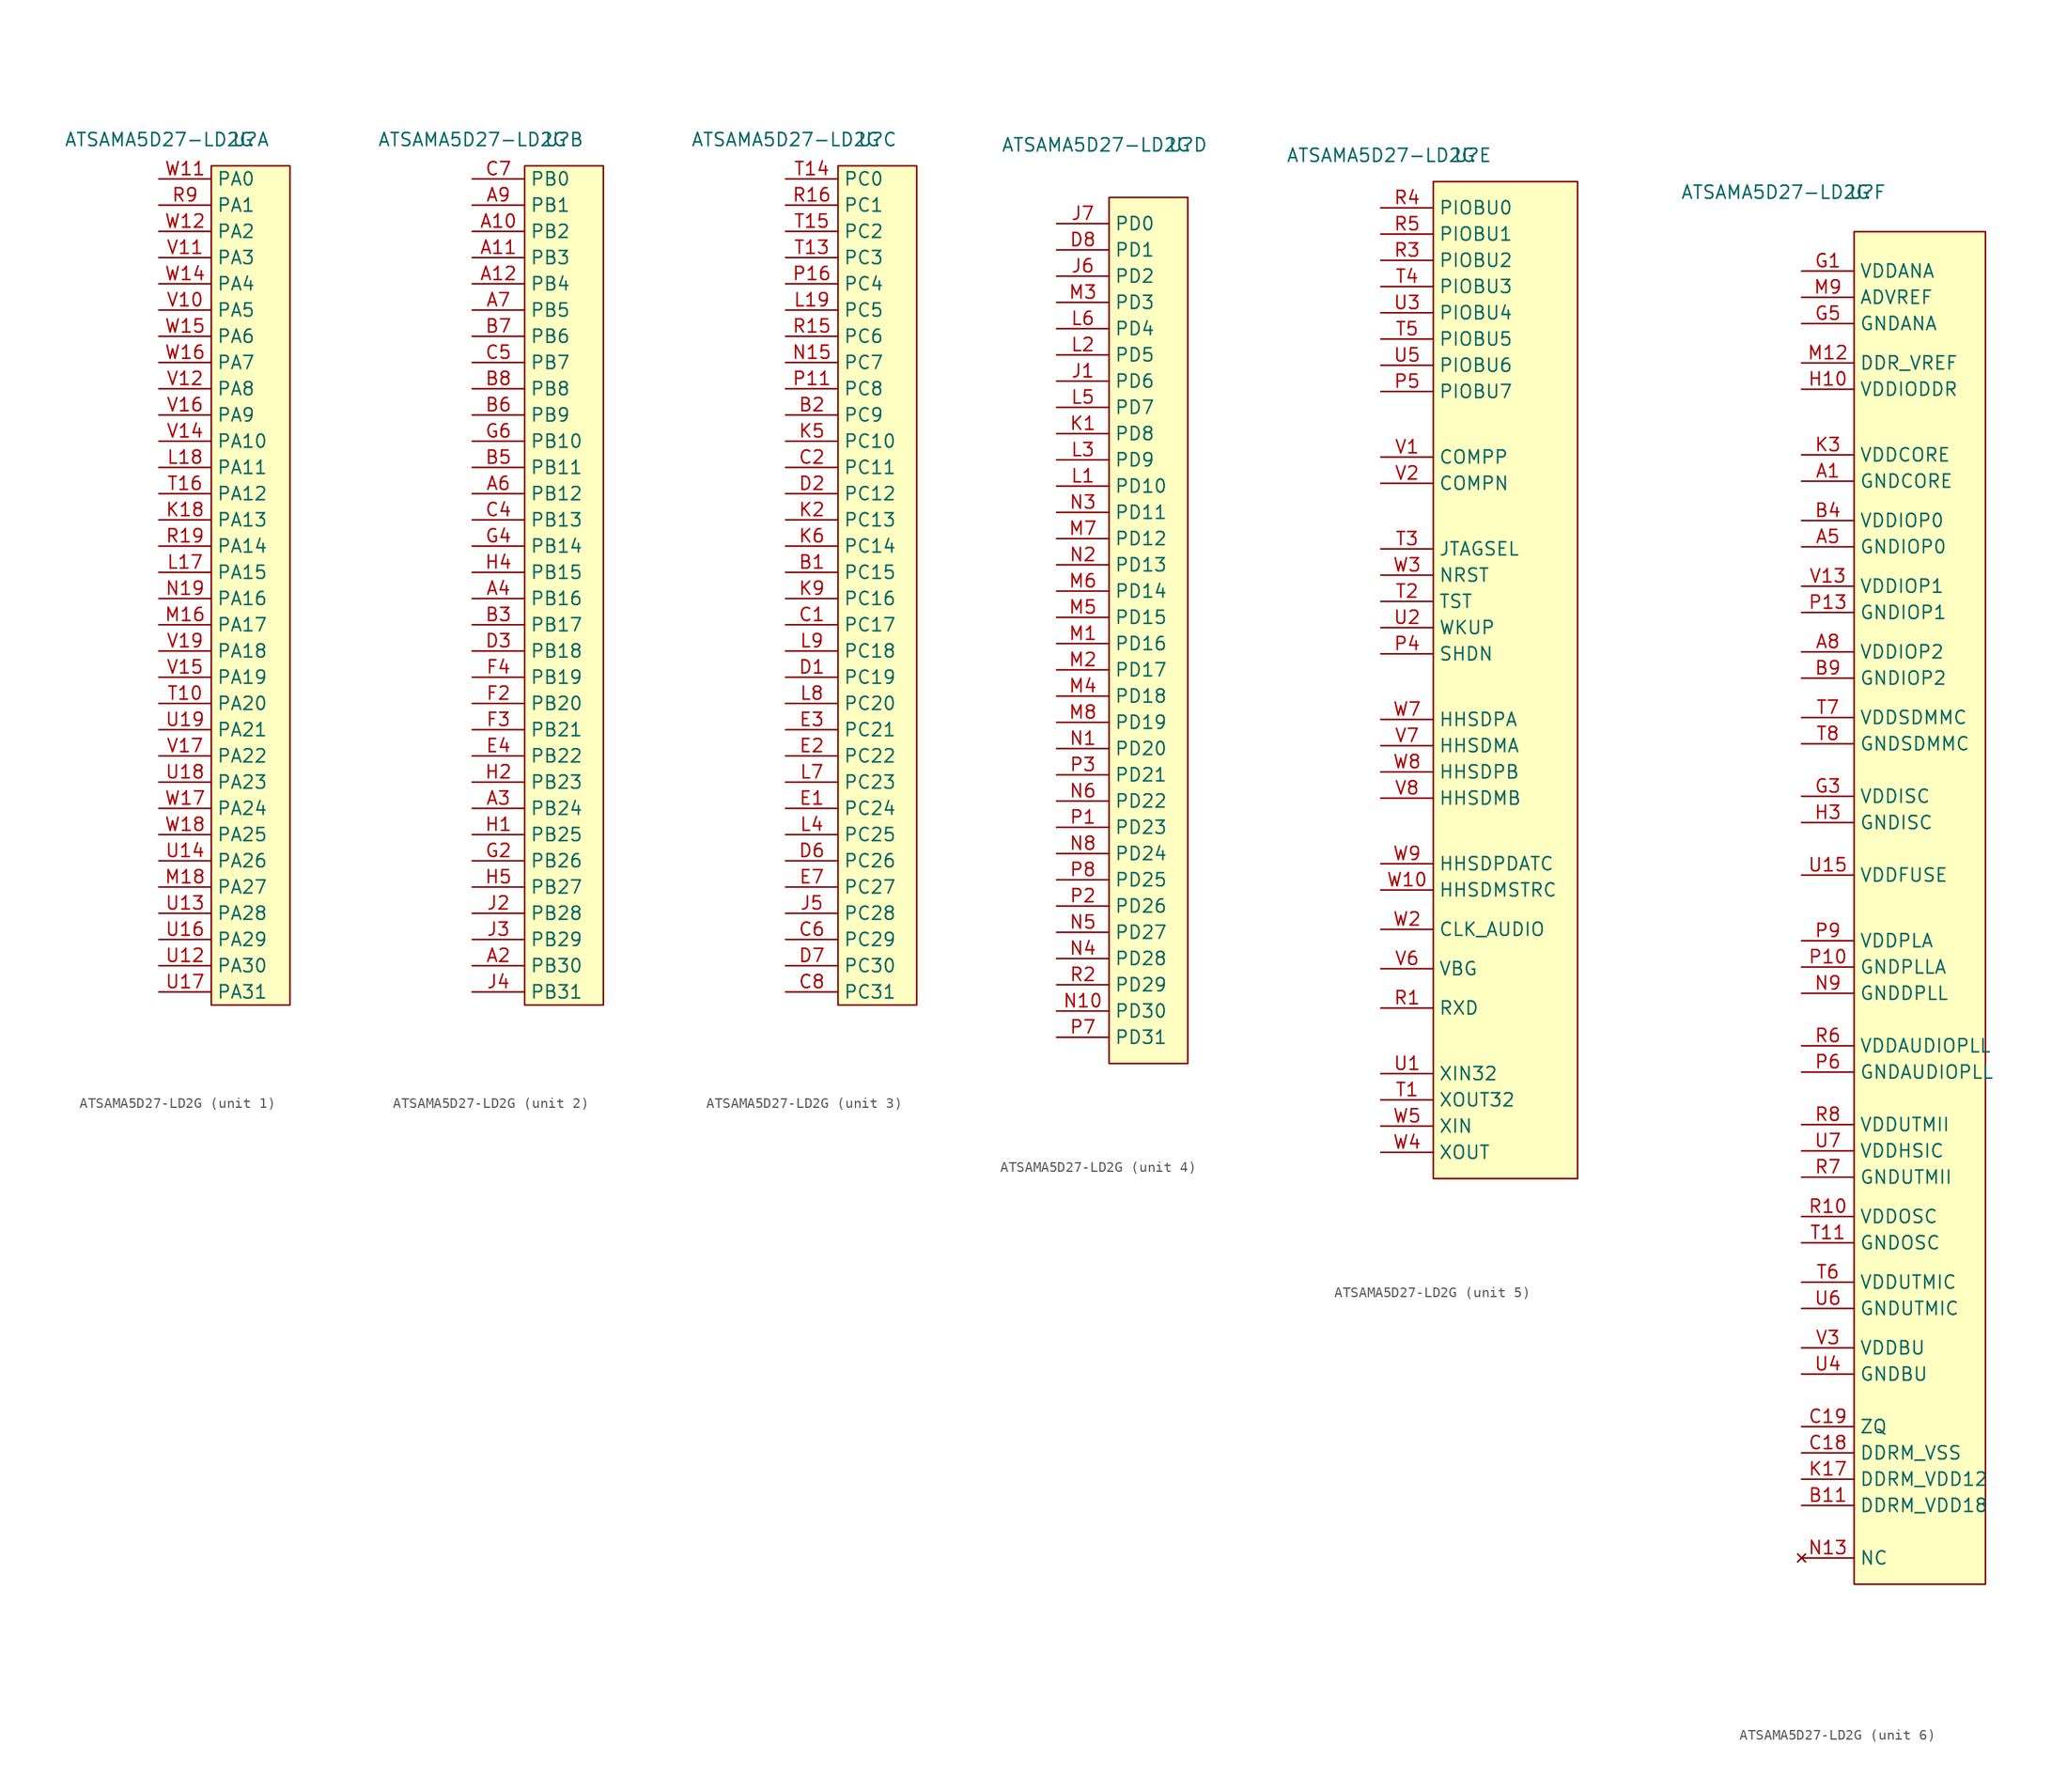
<source format=kicad_sym>
(kicad_symbol_lib
  (version 20211014)
  (generator kicad_symbol_editor)
  (symbol "ATSAMA5D27-LD2G"
    (property "Reference" "U"
      (at 0 43.18 0)
      (effects (font (size 1.27 1.27))))
    (property "Value" "ATSAMA5D27-LD2G"
      (at -8.89 43.18 0)
      (effects (font (size 1.27 1.27))))
    (property "ki_locked" ""
      (at 0 0 0)
      (effects (font (size 1.27 1.27))))
    (symbol "ATSAMA5D27-LD2G_1_0"
      (pin passive line (at -8.89 6.35 0) (length 5.08) (name "PA13" (effects (font (size 1.27 1.27)))) (number "K18" (effects (font (size 1.27 1.27)))))
      (pin passive line (at -8.89 1.27 0) (length 5.08) (name "PA15" (effects (font (size 1.27 1.27)))) (number "L17" (effects (font (size 1.27 1.27)))))
      (pin passive line (at -8.89 11.43 0) (length 5.08) (name "PA11" (effects (font (size 1.27 1.27)))) (number "L18" (effects (font (size 1.27 1.27)))))
      (pin passive line (at -8.89 -3.81 0) (length 5.08) (name "PA17" (effects (font (size 1.27 1.27)))) (number "M16" (effects (font (size 1.27 1.27)))))
      (pin passive line (at -8.89 -29.21 0) (length 5.08) (name "PA27" (effects (font (size 1.27 1.27)))) (number "M18" (effects (font (size 1.27 1.27)))))
      (pin passive line (at -8.89 -1.27 0) (length 5.08) (name "PA16" (effects (font (size 1.27 1.27)))) (number "N19" (effects (font (size 1.27 1.27)))))
      (pin passive line (at -8.89 3.81 0) (length 5.08) (name "PA14" (effects (font (size 1.27 1.27)))) (number "R19" (effects (font (size 1.27 1.27)))))
      (pin passive line (at -8.89 36.83 0) (length 5.08) (name "PA1" (effects (font (size 1.27 1.27)))) (number "R9" (effects (font (size 1.27 1.27)))))
      (pin passive line (at -8.89 -11.43 0) (length 5.08) (name "PA20" (effects (font (size 1.27 1.27)))) (number "T10" (effects (font (size 1.27 1.27)))))
      (pin passive line (at -8.89 8.89 0) (length 5.08) (name "PA12" (effects (font (size 1.27 1.27)))) (number "T16" (effects (font (size 1.27 1.27)))))
      (pin passive line (at -8.89 -36.83 0) (length 5.08) (name "PA30" (effects (font (size 1.27 1.27)))) (number "U12" (effects (font (size 1.27 1.27)))))
      (pin passive line (at -8.89 -31.75 0) (length 5.08) (name "PA28" (effects (font (size 1.27 1.27)))) (number "U13" (effects (font (size 1.27 1.27)))))
      (pin passive line (at -8.89 -26.67 0) (length 5.08) (name "PA26" (effects (font (size 1.27 1.27)))) (number "U14" (effects (font (size 1.27 1.27)))))
      (pin passive line (at -8.89 -34.29 0) (length 5.08) (name "PA29" (effects (font (size 1.27 1.27)))) (number "U16" (effects (font (size 1.27 1.27)))))
      (pin passive line (at -8.89 -39.37 0) (length 5.08) (name "PA31" (effects (font (size 1.27 1.27)))) (number "U17" (effects (font (size 1.27 1.27)))))
      (pin passive line (at -8.89 -19.05 0) (length 5.08) (name "PA23" (effects (font (size 1.27 1.27)))) (number "U18" (effects (font (size 1.27 1.27)))))
      (pin passive line (at -8.89 -13.97 0) (length 5.08) (name "PA21" (effects (font (size 1.27 1.27)))) (number "U19" (effects (font (size 1.27 1.27)))))
      (pin passive line (at -8.89 26.67 0) (length 5.08) (name "PA5" (effects (font (size 1.27 1.27)))) (number "V10" (effects (font (size 1.27 1.27)))))
      (pin passive line (at -8.89 31.75 0) (length 5.08) (name "PA3" (effects (font (size 1.27 1.27)))) (number "V11" (effects (font (size 1.27 1.27)))))
      (pin passive line (at -8.89 19.05 0) (length 5.08) (name "PA8" (effects (font (size 1.27 1.27)))) (number "V12" (effects (font (size 1.27 1.27)))))
      (pin passive line (at -8.89 13.97 0) (length 5.08) (name "PA10" (effects (font (size 1.27 1.27)))) (number "V14" (effects (font (size 1.27 1.27)))))
      (pin passive line (at -8.89 -8.89 0) (length 5.08) (name "PA19" (effects (font (size 1.27 1.27)))) (number "V15" (effects (font (size 1.27 1.27)))))
      (pin passive line (at -8.89 16.51 0) (length 5.08) (name "PA9" (effects (font (size 1.27 1.27)))) (number "V16" (effects (font (size 1.27 1.27)))))
      (pin passive line (at -8.89 -16.51 0) (length 5.08) (name "PA22" (effects (font (size 1.27 1.27)))) (number "V17" (effects (font (size 1.27 1.27)))))
      (pin passive line (at -8.89 -6.35 0) (length 5.08) (name "PA18" (effects (font (size 1.27 1.27)))) (number "V19" (effects (font (size 1.27 1.27)))))
      (pin passive line (at -8.89 39.37 0) (length 5.08) (name "PA0" (effects (font (size 1.27 1.27)))) (number "W11" (effects (font (size 1.27 1.27)))))
      (pin passive line (at -8.89 34.29 0) (length 5.08) (name "PA2" (effects (font (size 1.27 1.27)))) (number "W12" (effects (font (size 1.27 1.27)))))
      (pin passive line (at -8.89 29.21 0) (length 5.08) (name "PA4" (effects (font (size 1.27 1.27)))) (number "W14" (effects (font (size 1.27 1.27)))))
      (pin passive line (at -8.89 24.13 0) (length 5.08) (name "PA6" (effects (font (size 1.27 1.27)))) (number "W15" (effects (font (size 1.27 1.27)))))
      (pin passive line (at -8.89 21.59 0) (length 5.08) (name "PA7" (effects (font (size 1.27 1.27)))) (number "W16" (effects (font (size 1.27 1.27)))))
      (pin passive line (at -8.89 -21.59 0) (length 5.08) (name "PA24" (effects (font (size 1.27 1.27)))) (number "W17" (effects (font (size 1.27 1.27)))))
      (pin passive line (at -8.89 -24.13 0) (length 5.08) (name "PA25" (effects (font (size 1.27 1.27)))) (number "W18" (effects (font (size 1.27 1.27))))))
    (symbol "ATSAMA5D27-LD2G_1_1"
      (rectangle (start -3.81 40.64) (end 3.81 -40.64) (stroke (width 0.152) (type default) (color 0 0 0 0)) (fill (type background))))
    (symbol "ATSAMA5D27-LD2G_2_0"
      (pin passive line (at -8.89 34.29 0) (length 5.08) (name "PB2" (effects (font (size 1.27 1.27)))) (number "A10" (effects (font (size 1.27 1.27)))))
      (pin passive line (at -8.89 31.75 0) (length 5.08) (name "PB3" (effects (font (size 1.27 1.27)))) (number "A11" (effects (font (size 1.27 1.27)))))
      (pin passive line (at -8.89 29.21 0) (length 5.08) (name "PB4" (effects (font (size 1.27 1.27)))) (number "A12" (effects (font (size 1.27 1.27)))))
      (pin passive line (at -8.89 -36.83 0) (length 5.08) (name "PB30" (effects (font (size 1.27 1.27)))) (number "A2" (effects (font (size 1.27 1.27)))))
      (pin passive line (at -8.89 -21.59 0) (length 5.08) (name "PB24" (effects (font (size 1.27 1.27)))) (number "A3" (effects (font (size 1.27 1.27)))))
      (pin passive line (at -8.89 -1.27 0) (length 5.08) (name "PB16" (effects (font (size 1.27 1.27)))) (number "A4" (effects (font (size 1.27 1.27)))))
      (pin passive line (at -8.89 8.89 0) (length 5.08) (name "PB12" (effects (font (size 1.27 1.27)))) (number "A6" (effects (font (size 1.27 1.27)))))
      (pin passive line (at -8.89 26.67 0) (length 5.08) (name "PB5" (effects (font (size 1.27 1.27)))) (number "A7" (effects (font (size 1.27 1.27)))))
      (pin passive line (at -8.89 36.83 0) (length 5.08) (name "PB1" (effects (font (size 1.27 1.27)))) (number "A9" (effects (font (size 1.27 1.27)))))
      (pin passive line (at -8.89 -3.81 0) (length 5.08) (name "PB17" (effects (font (size 1.27 1.27)))) (number "B3" (effects (font (size 1.27 1.27)))))
      (pin passive line (at -8.89 11.43 0) (length 5.08) (name "PB11" (effects (font (size 1.27 1.27)))) (number "B5" (effects (font (size 1.27 1.27)))))
      (pin passive line (at -8.89 16.51 0) (length 5.08) (name "PB9" (effects (font (size 1.27 1.27)))) (number "B6" (effects (font (size 1.27 1.27)))))
      (pin passive line (at -8.89 24.13 0) (length 5.08) (name "PB6" (effects (font (size 1.27 1.27)))) (number "B7" (effects (font (size 1.27 1.27)))))
      (pin passive line (at -8.89 19.05 0) (length 5.08) (name "PB8" (effects (font (size 1.27 1.27)))) (number "B8" (effects (font (size 1.27 1.27)))))
      (pin passive line (at -8.89 6.35 0) (length 5.08) (name "PB13" (effects (font (size 1.27 1.27)))) (number "C4" (effects (font (size 1.27 1.27)))))
      (pin passive line (at -8.89 21.59 0) (length 5.08) (name "PB7" (effects (font (size 1.27 1.27)))) (number "C5" (effects (font (size 1.27 1.27)))))
      (pin passive line (at -8.89 39.37 0) (length 5.08) (name "PB0" (effects (font (size 1.27 1.27)))) (number "C7" (effects (font (size 1.27 1.27)))))
      (pin passive line (at -8.89 -6.35 0) (length 5.08) (name "PB18" (effects (font (size 1.27 1.27)))) (number "D3" (effects (font (size 1.27 1.27)))))
      (pin passive line (at -8.89 -16.51 0) (length 5.08) (name "PB22" (effects (font (size 1.27 1.27)))) (number "E4" (effects (font (size 1.27 1.27)))))
      (pin passive line (at -8.89 -11.43 0) (length 5.08) (name "PB20" (effects (font (size 1.27 1.27)))) (number "F2" (effects (font (size 1.27 1.27)))))
      (pin passive line (at -8.89 -13.97 0) (length 5.08) (name "PB21" (effects (font (size 1.27 1.27)))) (number "F3" (effects (font (size 1.27 1.27)))))
      (pin passive line (at -8.89 -8.89 0) (length 5.08) (name "PB19" (effects (font (size 1.27 1.27)))) (number "F4" (effects (font (size 1.27 1.27)))))
      (pin passive line (at -8.89 -26.67 0) (length 5.08) (name "PB26" (effects (font (size 1.27 1.27)))) (number "G2" (effects (font (size 1.27 1.27)))))
      (pin passive line (at -8.89 3.81 0) (length 5.08) (name "PB14" (effects (font (size 1.27 1.27)))) (number "G4" (effects (font (size 1.27 1.27)))))
      (pin passive line (at -8.89 13.97 0) (length 5.08) (name "PB10" (effects (font (size 1.27 1.27)))) (number "G6" (effects (font (size 1.27 1.27)))))
      (pin passive line (at -8.89 -24.13 0) (length 5.08) (name "PB25" (effects (font (size 1.27 1.27)))) (number "H1" (effects (font (size 1.27 1.27)))))
      (pin passive line (at -8.89 -19.05 0) (length 5.08) (name "PB23" (effects (font (size 1.27 1.27)))) (number "H2" (effects (font (size 1.27 1.27)))))
      (pin passive line (at -8.89 1.27 0) (length 5.08) (name "PB15" (effects (font (size 1.27 1.27)))) (number "H4" (effects (font (size 1.27 1.27)))))
      (pin passive line (at -8.89 -29.21 0) (length 5.08) (name "PB27" (effects (font (size 1.27 1.27)))) (number "H5" (effects (font (size 1.27 1.27)))))
      (pin passive line (at -8.89 -31.75 0) (length 5.08) (name "PB28" (effects (font (size 1.27 1.27)))) (number "J2" (effects (font (size 1.27 1.27)))))
      (pin passive line (at -8.89 -34.29 0) (length 5.08) (name "PB29" (effects (font (size 1.27 1.27)))) (number "J3" (effects (font (size 1.27 1.27)))))
      (pin passive line (at -8.89 -39.37 0) (length 5.08) (name "PB31" (effects (font (size 1.27 1.27)))) (number "J4" (effects (font (size 1.27 1.27))))))
    (symbol "ATSAMA5D27-LD2G_2_1"
      (rectangle (start -3.81 40.64) (end 3.81 -40.64) (stroke (width 0.152) (type default) (color 0 0 0 0)) (fill (type background))))
    (symbol "ATSAMA5D27-LD2G_3_0"
      (pin passive line (at -8.89 1.27 0) (length 5.08) (name "PC15" (effects (font (size 1.27 1.27)))) (number "B1" (effects (font (size 1.27 1.27)))))
      (pin passive line (at -8.89 16.51 0) (length 5.08) (name "PC9" (effects (font (size 1.27 1.27)))) (number "B2" (effects (font (size 1.27 1.27)))))
      (pin passive line (at -8.89 -3.81 0) (length 5.08) (name "PC17" (effects (font (size 1.27 1.27)))) (number "C1" (effects (font (size 1.27 1.27)))))
      (pin passive line (at -8.89 11.43 0) (length 5.08) (name "PC11" (effects (font (size 1.27 1.27)))) (number "C2" (effects (font (size 1.27 1.27)))))
      (pin passive line (at -8.89 -34.29 0) (length 5.08) (name "PC29" (effects (font (size 1.27 1.27)))) (number "C6" (effects (font (size 1.27 1.27)))))
      (pin passive line (at -8.89 -39.37 0) (length 5.08) (name "PC31" (effects (font (size 1.27 1.27)))) (number "C8" (effects (font (size 1.27 1.27)))))
      (pin passive line (at -8.89 -8.89 0) (length 5.08) (name "PC19" (effects (font (size 1.27 1.27)))) (number "D1" (effects (font (size 1.27 1.27)))))
      (pin passive line (at -8.89 8.89 0) (length 5.08) (name "PC12" (effects (font (size 1.27 1.27)))) (number "D2" (effects (font (size 1.27 1.27)))))
      (pin passive line (at -8.89 -26.67 0) (length 5.08) (name "PC26" (effects (font (size 1.27 1.27)))) (number "D6" (effects (font (size 1.27 1.27)))))
      (pin passive line (at -8.89 -36.83 0) (length 5.08) (name "PC30" (effects (font (size 1.27 1.27)))) (number "D7" (effects (font (size 1.27 1.27)))))
      (pin passive line (at -8.89 -21.59 0) (length 5.08) (name "PC24" (effects (font (size 1.27 1.27)))) (number "E1" (effects (font (size 1.27 1.27)))))
      (pin passive line (at -8.89 -16.51 0) (length 5.08) (name "PC22" (effects (font (size 1.27 1.27)))) (number "E2" (effects (font (size 1.27 1.27)))))
      (pin passive line (at -8.89 -13.97 0) (length 5.08) (name "PC21" (effects (font (size 1.27 1.27)))) (number "E3" (effects (font (size 1.27 1.27)))))
      (pin passive line (at -8.89 -29.21 0) (length 5.08) (name "PC27" (effects (font (size 1.27 1.27)))) (number "E7" (effects (font (size 1.27 1.27)))))
      (pin passive line (at -8.89 -31.75 0) (length 5.08) (name "PC28" (effects (font (size 1.27 1.27)))) (number "J5" (effects (font (size 1.27 1.27)))))
      (pin passive line (at -8.89 6.35 0) (length 5.08) (name "PC13" (effects (font (size 1.27 1.27)))) (number "K2" (effects (font (size 1.27 1.27)))))
      (pin passive line (at -8.89 13.97 0) (length 5.08) (name "PC10" (effects (font (size 1.27 1.27)))) (number "K5" (effects (font (size 1.27 1.27)))))
      (pin passive line (at -8.89 3.81 0) (length 5.08) (name "PC14" (effects (font (size 1.27 1.27)))) (number "K6" (effects (font (size 1.27 1.27)))))
      (pin passive line (at -8.89 -1.27 0) (length 5.08) (name "PC16" (effects (font (size 1.27 1.27)))) (number "K9" (effects (font (size 1.27 1.27)))))
      (pin passive line (at -8.89 26.67 0) (length 5.08) (name "PC5" (effects (font (size 1.27 1.27)))) (number "L19" (effects (font (size 1.27 1.27)))))
      (pin passive line (at -8.89 -24.13 0) (length 5.08) (name "PC25" (effects (font (size 1.27 1.27)))) (number "L4" (effects (font (size 1.27 1.27)))))
      (pin passive line (at -8.89 -19.05 0) (length 5.08) (name "PC23" (effects (font (size 1.27 1.27)))) (number "L7" (effects (font (size 1.27 1.27)))))
      (pin passive line (at -8.89 -11.43 0) (length 5.08) (name "PC20" (effects (font (size 1.27 1.27)))) (number "L8" (effects (font (size 1.27 1.27)))))
      (pin passive line (at -8.89 -6.35 0) (length 5.08) (name "PC18" (effects (font (size 1.27 1.27)))) (number "L9" (effects (font (size 1.27 1.27)))))
      (pin passive line (at -8.89 21.59 0) (length 5.08) (name "PC7" (effects (font (size 1.27 1.27)))) (number "N15" (effects (font (size 1.27 1.27)))))
      (pin passive line (at -8.89 19.05 0) (length 5.08) (name "PC8" (effects (font (size 1.27 1.27)))) (number "P11" (effects (font (size 1.27 1.27)))))
      (pin passive line (at -8.89 29.21 0) (length 5.08) (name "PC4" (effects (font (size 1.27 1.27)))) (number "P16" (effects (font (size 1.27 1.27)))))
      (pin passive line (at -8.89 24.13 0) (length 5.08) (name "PC6" (effects (font (size 1.27 1.27)))) (number "R15" (effects (font (size 1.27 1.27)))))
      (pin passive line (at -8.89 36.83 0) (length 5.08) (name "PC1" (effects (font (size 1.27 1.27)))) (number "R16" (effects (font (size 1.27 1.27)))))
      (pin passive line (at -8.89 31.75 0) (length 5.08) (name "PC3" (effects (font (size 1.27 1.27)))) (number "T13" (effects (font (size 1.27 1.27)))))
      (pin passive line (at -8.89 39.37 0) (length 5.08) (name "PC0" (effects (font (size 1.27 1.27)))) (number "T14" (effects (font (size 1.27 1.27)))))
      (pin passive line (at -8.89 34.29 0) (length 5.08) (name "PC2" (effects (font (size 1.27 1.27)))) (number "T15" (effects (font (size 1.27 1.27))))))
    (symbol "ATSAMA5D27-LD2G_3_1"
      (rectangle (start -3.81 40.64) (end 3.81 -40.64) (stroke (width 0.152) (type default) (color 0 0 0 0)) (fill (type background))))
    (symbol "ATSAMA5D27-LD2G_4_0"
      (pin passive line (at -12.7 33.02 0) (length 5.08) (name "PD1" (effects (font (size 1.27 1.27)))) (number "D8" (effects (font (size 1.27 1.27)))))
      (pin passive line (at -12.7 20.32 0) (length 5.08) (name "PD6" (effects (font (size 1.27 1.27)))) (number "J1" (effects (font (size 1.27 1.27)))))
      (pin passive line (at -12.7 30.48 0) (length 5.08) (name "PD2" (effects (font (size 1.27 1.27)))) (number "J6" (effects (font (size 1.27 1.27)))))
      (pin passive line (at -12.7 35.56 0) (length 5.08) (name "PD0" (effects (font (size 1.27 1.27)))) (number "J7" (effects (font (size 1.27 1.27)))))
      (pin passive line (at -12.7 15.24 0) (length 5.08) (name "PD8" (effects (font (size 1.27 1.27)))) (number "K1" (effects (font (size 1.27 1.27)))))
      (pin passive line (at -12.7 10.16 0) (length 5.08) (name "PD10" (effects (font (size 1.27 1.27)))) (number "L1" (effects (font (size 1.27 1.27)))))
      (pin passive line (at -12.7 22.86 0) (length 5.08) (name "PD5" (effects (font (size 1.27 1.27)))) (number "L2" (effects (font (size 1.27 1.27)))))
      (pin passive line (at -12.7 12.7 0) (length 5.08) (name "PD9" (effects (font (size 1.27 1.27)))) (number "L3" (effects (font (size 1.27 1.27)))))
      (pin passive line (at -12.7 17.78 0) (length 5.08) (name "PD7" (effects (font (size 1.27 1.27)))) (number "L5" (effects (font (size 1.27 1.27)))))
      (pin passive line (at -12.7 25.4 0) (length 5.08) (name "PD4" (effects (font (size 1.27 1.27)))) (number "L6" (effects (font (size 1.27 1.27)))))
      (pin passive line (at -12.7 -5.08 0) (length 5.08) (name "PD16" (effects (font (size 1.27 1.27)))) (number "M1" (effects (font (size 1.27 1.27)))))
      (pin passive line (at -12.7 -7.62 0) (length 5.08) (name "PD17" (effects (font (size 1.27 1.27)))) (number "M2" (effects (font (size 1.27 1.27)))))
      (pin passive line (at -12.7 27.94 0) (length 5.08) (name "PD3" (effects (font (size 1.27 1.27)))) (number "M3" (effects (font (size 1.27 1.27)))))
      (pin passive line (at -12.7 -10.16 0) (length 5.08) (name "PD18" (effects (font (size 1.27 1.27)))) (number "M4" (effects (font (size 1.27 1.27)))))
      (pin passive line (at -12.7 -2.54 0) (length 5.08) (name "PD15" (effects (font (size 1.27 1.27)))) (number "M5" (effects (font (size 1.27 1.27)))))
      (pin passive line (at -12.7 0 0) (length 5.08) (name "PD14" (effects (font (size 1.27 1.27)))) (number "M6" (effects (font (size 1.27 1.27)))))
      (pin passive line (at -12.7 5.08 0) (length 5.08) (name "PD12" (effects (font (size 1.27 1.27)))) (number "M7" (effects (font (size 1.27 1.27)))))
      (pin passive line (at -12.7 -12.7 0) (length 5.08) (name "PD19" (effects (font (size 1.27 1.27)))) (number "M8" (effects (font (size 1.27 1.27)))))
      (pin passive line (at -12.7 -15.24 0) (length 5.08) (name "PD20" (effects (font (size 1.27 1.27)))) (number "N1" (effects (font (size 1.27 1.27)))))
      (pin passive line (at -12.7 -40.64 0) (length 5.08) (name "PD30" (effects (font (size 1.27 1.27)))) (number "N10" (effects (font (size 1.27 1.27)))))
      (pin passive line (at -12.7 2.54 0) (length 5.08) (name "PD13" (effects (font (size 1.27 1.27)))) (number "N2" (effects (font (size 1.27 1.27)))))
      (pin passive line (at -12.7 7.62 0) (length 5.08) (name "PD11" (effects (font (size 1.27 1.27)))) (number "N3" (effects (font (size 1.27 1.27)))))
      (pin passive line (at -12.7 -35.56 0) (length 5.08) (name "PD28" (effects (font (size 1.27 1.27)))) (number "N4" (effects (font (size 1.27 1.27)))))
      (pin passive line (at -12.7 -33.02 0) (length 5.08) (name "PD27" (effects (font (size 1.27 1.27)))) (number "N5" (effects (font (size 1.27 1.27)))))
      (pin passive line (at -12.7 -20.32 0) (length 5.08) (name "PD22" (effects (font (size 1.27 1.27)))) (number "N6" (effects (font (size 1.27 1.27)))))
      (pin passive line (at -12.7 -25.4 0) (length 5.08) (name "PD24" (effects (font (size 1.27 1.27)))) (number "N8" (effects (font (size 1.27 1.27)))))
      (pin passive line (at -12.7 -22.86 0) (length 5.08) (name "PD23" (effects (font (size 1.27 1.27)))) (number "P1" (effects (font (size 1.27 1.27)))))
      (pin passive line (at -12.7 -30.48 0) (length 5.08) (name "PD26" (effects (font (size 1.27 1.27)))) (number "P2" (effects (font (size 1.27 1.27)))))
      (pin passive line (at -12.7 -17.78 0) (length 5.08) (name "PD21" (effects (font (size 1.27 1.27)))) (number "P3" (effects (font (size 1.27 1.27)))))
      (pin passive line (at -12.7 -43.18 0) (length 5.08) (name "PD31" (effects (font (size 1.27 1.27)))) (number "P7" (effects (font (size 1.27 1.27)))))
      (pin passive line (at -12.7 -27.94 0) (length 5.08) (name "PD25" (effects (font (size 1.27 1.27)))) (number "P8" (effects (font (size 1.27 1.27)))))
      (pin passive line (at -12.7 -38.1 0) (length 5.08) (name "PD29" (effects (font (size 1.27 1.27)))) (number "R2" (effects (font (size 1.27 1.27))))))
    (symbol "ATSAMA5D27-LD2G_4_1"
      (rectangle (start -7.62 38.1) (end 0 -45.72) (stroke (width 0.152) (type default) (color 0 0 0 0)) (fill (type background))))
    (symbol "ATSAMA5D27-LD2G_5_0"
      (pin passive line (at -8.89 -5.08 0) (length 5.08) (name "SHDN" (effects (font (size 1.27 1.27)))) (number "P4" (effects (font (size 1.27 1.27)))))
      (pin passive line (at -8.89 20.32 0) (length 5.08) (name "PIOBU7" (effects (font (size 1.27 1.27)))) (number "P5" (effects (font (size 1.27 1.27)))))
      (pin passive line (at -8.89 -39.37 0) (length 5.08) (name "RXD" (effects (font (size 1.27 1.27)))) (number "R1" (effects (font (size 1.27 1.27)))))
      (pin passive line (at -8.89 33.02 0) (length 5.08) (name "PIOBU2" (effects (font (size 1.27 1.27)))) (number "R3" (effects (font (size 1.27 1.27)))))
      (pin passive line (at -8.89 38.1 0) (length 5.08) (name "PIOBU0" (effects (font (size 1.27 1.27)))) (number "R4" (effects (font (size 1.27 1.27)))))
      (pin passive line (at -8.89 35.56 0) (length 5.08) (name "PIOBU1" (effects (font (size 1.27 1.27)))) (number "R5" (effects (font (size 1.27 1.27)))))
      (pin passive line (at -8.89 -48.26 0) (length 5.08) (name "XOUT32" (effects (font (size 1.27 1.27)))) (number "T1" (effects (font (size 1.27 1.27)))))
      (pin passive line (at -8.89 0 0) (length 5.08) (name "TST" (effects (font (size 1.27 1.27)))) (number "T2" (effects (font (size 1.27 1.27)))))
      (pin passive line (at -8.89 5.08 0) (length 5.08) (name "JTAGSEL" (effects (font (size 1.27 1.27)))) (number "T3" (effects (font (size 1.27 1.27)))))
      (pin passive line (at -8.89 30.48 0) (length 5.08) (name "PIOBU3" (effects (font (size 1.27 1.27)))) (number "T4" (effects (font (size 1.27 1.27)))))
      (pin passive line (at -8.89 25.4 0) (length 5.08) (name "PIOBU5" (effects (font (size 1.27 1.27)))) (number "T5" (effects (font (size 1.27 1.27)))))
      (pin passive line (at -8.89 -45.72 0) (length 5.08) (name "XIN32" (effects (font (size 1.27 1.27)))) (number "U1" (effects (font (size 1.27 1.27)))))
      (pin passive line (at -8.89 -2.54 0) (length 5.08) (name "WKUP" (effects (font (size 1.27 1.27)))) (number "U2" (effects (font (size 1.27 1.27)))))
      (pin passive line (at -8.89 27.94 0) (length 5.08) (name "PIOBU4" (effects (font (size 1.27 1.27)))) (number "U3" (effects (font (size 1.27 1.27)))))
      (pin passive line (at -8.89 22.86 0) (length 5.08) (name "PIOBU6" (effects (font (size 1.27 1.27)))) (number "U5" (effects (font (size 1.27 1.27)))))
      (pin passive line (at -8.89 13.97 0) (length 5.08) (name "COMPP" (effects (font (size 1.27 1.27)))) (number "V1" (effects (font (size 1.27 1.27)))))
      (pin passive line (at -8.89 11.43 0) (length 5.08) (name "COMPN" (effects (font (size 1.27 1.27)))) (number "V2" (effects (font (size 1.27 1.27)))))
      (pin passive line (at -8.89 -35.56 0) (length 5.08) (name "VBG" (effects (font (size 1.27 1.27)))) (number "V6" (effects (font (size 1.27 1.27)))))
      (pin passive line (at -8.89 -13.97 0) (length 5.08) (name "HHSDMA" (effects (font (size 1.27 1.27)))) (number "V7" (effects (font (size 1.27 1.27)))))
      (pin passive line (at -8.89 -19.05 0) (length 5.08) (name "HHSDMB" (effects (font (size 1.27 1.27)))) (number "V8" (effects (font (size 1.27 1.27)))))
      (pin passive line (at -8.89 -27.94 0) (length 5.08) (name "HHSDMSTRC" (effects (font (size 1.27 1.27)))) (number "W10" (effects (font (size 1.27 1.27)))))
      (pin passive line (at -8.89 -31.75 0) (length 5.08) (name "CLK_AUDIO" (effects (font (size 1.27 1.27)))) (number "W2" (effects (font (size 1.27 1.27)))))
      (pin passive line (at -8.89 2.54 0) (length 5.08) (name "NRST" (effects (font (size 1.27 1.27)))) (number "W3" (effects (font (size 1.27 1.27)))))
      (pin passive line (at -8.89 -53.34 0) (length 5.08) (name "XOUT" (effects (font (size 1.27 1.27)))) (number "W4" (effects (font (size 1.27 1.27)))))
      (pin passive line (at -8.89 -50.8 0) (length 5.08) (name "XIN" (effects (font (size 1.27 1.27)))) (number "W5" (effects (font (size 1.27 1.27)))))
      (pin passive line (at -8.89 -11.43 0) (length 5.08) (name "HHSDPA" (effects (font (size 1.27 1.27)))) (number "W7" (effects (font (size 1.27 1.27)))))
      (pin passive line (at -8.89 -16.51 0) (length 5.08) (name "HHSDPB" (effects (font (size 1.27 1.27)))) (number "W8" (effects (font (size 1.27 1.27)))))
      (pin passive line (at -8.89 -25.4 0) (length 5.08) (name "HHSDPDATC" (effects (font (size 1.27 1.27)))) (number "W9" (effects (font (size 1.27 1.27))))))
    (symbol "ATSAMA5D27-LD2G_5_1"
      (rectangle (start -3.81 40.64) (end 10.16 -55.88) (stroke (width 0.152) (type default) (color 0 0 0 0)) (fill (type background))))
    (symbol "ATSAMA5D27-LD2G_6_0"
      (pin passive line (at -6.35 15.24 0) (length 5.08) (name "GNDCORE" (effects (font (size 1.27 1.27)))) (number "A1" (effects (font (size 1.27 1.27)))))
      (pin no_connect line (at -6.35 -88.9 0) (length 5.08) hide (name "NC" (effects (font (size 1.27 1.27)))) (number "A13" (effects (font (size 1.27 1.27)))))
      (pin passive line (at -6.35 -78.74 0) (length 5.08) hide (name "DDRM_VSS" (effects (font (size 1.27 1.27)))) (number "A14" (effects (font (size 1.27 1.27)))))
      (pin no_connect line (at -6.35 -88.9 0) (length 5.08) hide (name "NC" (effects (font (size 1.27 1.27)))) (number "A15" (effects (font (size 1.27 1.27)))))
      (pin no_connect line (at -6.35 -88.9 0) (length 5.08) hide (name "NC" (effects (font (size 1.27 1.27)))) (number "A16" (effects (font (size 1.27 1.27)))))
      (pin no_connect line (at -6.35 -88.9 0) (length 5.08) hide (name "NC" (effects (font (size 1.27 1.27)))) (number "A17" (effects (font (size 1.27 1.27)))))
      (pin no_connect line (at -6.35 -88.9 0) (length 5.08) hide (name "NC" (effects (font (size 1.27 1.27)))) (number "A18" (effects (font (size 1.27 1.27)))))
      (pin passive line (at -6.35 -78.74 0) (length 5.08) hide (name "DDRM_VSS" (effects (font (size 1.27 1.27)))) (number "A19" (effects (font (size 1.27 1.27)))))
      (pin passive line (at -6.35 8.89 0) (length 5.08) (name "GNDIOP0" (effects (font (size 1.27 1.27)))) (number "A5" (effects (font (size 1.27 1.27)))))
      (pin passive line (at -6.35 -1.27 0) (length 5.08) (name "VDDIOP2" (effects (font (size 1.27 1.27)))) (number "A8" (effects (font (size 1.27 1.27)))))
      (pin no_connect line (at -6.35 -88.9 0) (length 5.08) hide (name "NC" (effects (font (size 1.27 1.27)))) (number "B10" (effects (font (size 1.27 1.27)))))
      (pin passive line (at -6.35 -83.82 0) (length 5.08) (name "DDRM_VDD18" (effects (font (size 1.27 1.27)))) (number "B11" (effects (font (size 1.27 1.27)))))
      (pin no_connect line (at -6.35 -88.9 0) (length 5.08) hide (name "NC" (effects (font (size 1.27 1.27)))) (number "B12" (effects (font (size 1.27 1.27)))))
      (pin passive line (at -6.35 -83.82 0) (length 5.08) hide (name "DDRM_VDD18" (effects (font (size 1.27 1.27)))) (number "B13" (effects (font (size 1.27 1.27)))))
      (pin passive line (at -6.35 -78.74 0) (length 5.08) hide (name "DDRM_VSS" (effects (font (size 1.27 1.27)))) (number "B14" (effects (font (size 1.27 1.27)))))
      (pin passive line (at -6.35 -81.28 0) (length 5.08) hide (name "DDRM_VDD12" (effects (font (size 1.27 1.27)))) (number "B15" (effects (font (size 1.27 1.27)))))
      (pin no_connect line (at -6.35 -88.9 0) (length 5.08) hide (name "NC" (effects (font (size 1.27 1.27)))) (number "B16" (effects (font (size 1.27 1.27)))))
      (pin passive line (at -6.35 -81.28 0) (length 5.08) hide (name "DDRM_VDD12" (effects (font (size 1.27 1.27)))) (number "B17" (effects (font (size 1.27 1.27)))))
      (pin passive line (at -6.35 -78.74 0) (length 5.08) hide (name "DDRM_VSS" (effects (font (size 1.27 1.27)))) (number "B18" (effects (font (size 1.27 1.27)))))
      (pin passive line (at -6.35 -81.28 0) (length 5.08) hide (name "DDRM_VDD12" (effects (font (size 1.27 1.27)))) (number "B19" (effects (font (size 1.27 1.27)))))
      (pin passive line (at -6.35 11.43 0) (length 5.08) (name "VDDIOP0" (effects (font (size 1.27 1.27)))) (number "B4" (effects (font (size 1.27 1.27)))))
      (pin passive line (at -6.35 -3.81 0) (length 5.08) (name "GNDIOP2" (effects (font (size 1.27 1.27)))) (number "B9" (effects (font (size 1.27 1.27)))))
      (pin no_connect line (at -6.35 -88.9 0) (length 5.08) hide (name "NC" (effects (font (size 1.27 1.27)))) (number "C10" (effects (font (size 1.27 1.27)))))
      (pin no_connect line (at -6.35 -88.9 0) (length 5.08) hide (name "NC" (effects (font (size 1.27 1.27)))) (number "C11" (effects (font (size 1.27 1.27)))))
      (pin no_connect line (at -6.35 -88.9 0) (length 5.08) hide (name "NC" (effects (font (size 1.27 1.27)))) (number "C12" (effects (font (size 1.27 1.27)))))
      (pin no_connect line (at -6.35 -88.9 0) (length 5.08) hide (name "NC" (effects (font (size 1.27 1.27)))) (number "C13" (effects (font (size 1.27 1.27)))))
      (pin passive line (at -6.35 -78.74 0) (length 5.08) hide (name "DDRM_VSS" (effects (font (size 1.27 1.27)))) (number "C14" (effects (font (size 1.27 1.27)))))
      (pin no_connect line (at -6.35 -88.9 0) (length 5.08) hide (name "NC" (effects (font (size 1.27 1.27)))) (number "C15" (effects (font (size 1.27 1.27)))))
      (pin no_connect line (at -6.35 -88.9 0) (length 5.08) hide (name "NC" (effects (font (size 1.27 1.27)))) (number "C16" (effects (font (size 1.27 1.27)))))
      (pin no_connect line (at -6.35 -88.9 0) (length 5.08) hide (name "NC" (effects (font (size 1.27 1.27)))) (number "C17" (effects (font (size 1.27 1.27)))))
      (pin passive line (at -6.35 -78.74 0) (length 5.08) (name "DDRM_VSS" (effects (font (size 1.27 1.27)))) (number "C18" (effects (font (size 1.27 1.27)))))
      (pin passive line (at -6.35 17.78 0) (length 5.08) hide (name "VDDCORE" (effects (font (size 1.27 1.27)))) (number "C3" (effects (font (size 1.27 1.27)))))
      (pin passive line (at -6.35 17.78 0) (length 5.08) hide (name "VDDCORE" (effects (font (size 1.27 1.27)))) (number "C9" (effects (font (size 1.27 1.27)))))
      (pin no_connect line (at -6.35 -88.9 0) (length 5.08) hide (name "NC" (effects (font (size 1.27 1.27)))) (number "D10" (effects (font (size 1.27 1.27)))))
      (pin passive line (at -6.35 -83.82 0) (length 5.08) hide (name "DDRM_VDD18" (effects (font (size 1.27 1.27)))) (number "D11" (effects (font (size 1.27 1.27)))))
      (pin no_connect line (at -6.35 -88.9 0) (length 5.08) hide (name "NC" (effects (font (size 1.27 1.27)))) (number "D12" (effects (font (size 1.27 1.27)))))
      (pin passive line (at -6.35 -83.82 0) (length 5.08) hide (name "DDRM_VDD18" (effects (font (size 1.27 1.27)))) (number "D13" (effects (font (size 1.27 1.27)))))
      (pin passive line (at -6.35 -78.74 0) (length 5.08) hide (name "DDRM_VSS" (effects (font (size 1.27 1.27)))) (number "D14" (effects (font (size 1.27 1.27)))))
      (pin passive line (at -6.35 -81.28 0) (length 5.08) hide (name "DDRM_VDD12" (effects (font (size 1.27 1.27)))) (number "D15" (effects (font (size 1.27 1.27)))))
      (pin no_connect line (at -6.35 -88.9 0) (length 5.08) hide (name "NC" (effects (font (size 1.27 1.27)))) (number "D16" (effects (font (size 1.27 1.27)))))
      (pin passive line (at -6.35 -81.28 0) (length 5.08) hide (name "DDRM_VDD12" (effects (font (size 1.27 1.27)))) (number "D17" (effects (font (size 1.27 1.27)))))
      (pin passive line (at -6.35 -78.74 0) (length 5.08) hide (name "DDRM_VSS" (effects (font (size 1.27 1.27)))) (number "D18" (effects (font (size 1.27 1.27)))))
      (pin passive line (at -6.35 -81.28 0) (length 5.08) hide (name "DDRM_VDD12" (effects (font (size 1.27 1.27)))) (number "D19" (effects (font (size 1.27 1.27)))))
      (pin passive line (at -6.35 8.89 0) (length 5.08) hide (name "GNDIOP0" (effects (font (size 1.27 1.27)))) (number "D4" (effects (font (size 1.27 1.27)))))
      (pin passive line (at -6.35 11.43 0) (length 5.08) hide (name "VDDIOP0" (effects (font (size 1.27 1.27)))) (number "D5" (effects (font (size 1.27 1.27)))))
      (pin passive line (at -6.35 15.24 0) (length 5.08) hide (name "GNDCORE" (effects (font (size 1.27 1.27)))) (number "D9" (effects (font (size 1.27 1.27)))))
      (pin passive line (at -6.35 21.59 0) (length 5.08) hide (name "GNDIODDR" (effects (font (size 1.27 1.27)))) (number "E10" (effects (font (size 1.27 1.27)))))
      (pin passive line (at -6.35 24.13 0) (length 5.08) hide (name "VDDIODDR" (effects (font (size 1.27 1.27)))) (number "E11" (effects (font (size 1.27 1.27)))))
      (pin no_connect line (at -6.35 -88.9 0) (length 5.08) hide (name "NC" (effects (font (size 1.27 1.27)))) (number "E12" (effects (font (size 1.27 1.27)))))
      (pin no_connect line (at -6.35 -88.9 0) (length 5.08) hide (name "NC" (effects (font (size 1.27 1.27)))) (number "E13" (effects (font (size 1.27 1.27)))))
      (pin passive line (at -6.35 -78.74 0) (length 5.08) hide (name "DDRM_VSS" (effects (font (size 1.27 1.27)))) (number "E14" (effects (font (size 1.27 1.27)))))
      (pin no_connect line (at -6.35 -88.9 0) (length 5.08) hide (name "NC" (effects (font (size 1.27 1.27)))) (number "E15" (effects (font (size 1.27 1.27)))))
      (pin no_connect line (at -6.35 -88.9 0) (length 5.08) hide (name "NC" (effects (font (size 1.27 1.27)))) (number "E16" (effects (font (size 1.27 1.27)))))
      (pin no_connect line (at -6.35 -88.9 0) (length 5.08) hide (name "NC" (effects (font (size 1.27 1.27)))) (number "E17" (effects (font (size 1.27 1.27)))))
      (pin passive line (at -6.35 -78.74 0) (length 5.08) hide (name "DDRM_VSS" (effects (font (size 1.27 1.27)))) (number "E18" (effects (font (size 1.27 1.27)))))
      (pin no_connect line (at -6.35 -88.9 0) (length 5.08) hide (name "NC" (effects (font (size 1.27 1.27)))) (number "E19" (effects (font (size 1.27 1.27)))))
      (pin no_connect line (at -6.35 -88.9 0) (length 5.08) hide (name "NC" (effects (font (size 1.27 1.27)))) (number "E5" (effects (font (size 1.27 1.27)))))
      (pin no_connect line (at -6.35 -88.9 0) (length 5.08) hide (name "NC" (effects (font (size 1.27 1.27)))) (number "E6" (effects (font (size 1.27 1.27)))))
      (pin passive line (at -6.35 24.13 0) (length 5.08) hide (name "VDDIODDR" (effects (font (size 1.27 1.27)))) (number "E8" (effects (font (size 1.27 1.27)))))
      (pin no_connect line (at -6.35 -88.9 0) (length 5.08) hide (name "NC" (effects (font (size 1.27 1.27)))) (number "E9" (effects (font (size 1.27 1.27)))))
      (pin passive line (at -6.35 30.48 0) (length 5.08) hide (name "GNDANA" (effects (font (size 1.27 1.27)))) (number "F1" (effects (font (size 1.27 1.27)))))
      (pin no_connect line (at -6.35 -88.9 0) (length 5.08) hide (name "NC" (effects (font (size 1.27 1.27)))) (number "F10" (effects (font (size 1.27 1.27)))))
      (pin no_connect line (at -6.35 -88.9 0) (length 5.08) hide (name "NC" (effects (font (size 1.27 1.27)))) (number "F11" (effects (font (size 1.27 1.27)))))
      (pin no_connect line (at -6.35 -88.9 0) (length 5.08) hide (name "NC" (effects (font (size 1.27 1.27)))) (number "F12" (effects (font (size 1.27 1.27)))))
      (pin no_connect line (at -6.35 -88.9 0) (length 5.08) hide (name "NC" (effects (font (size 1.27 1.27)))) (number "F13" (effects (font (size 1.27 1.27)))))
      (pin passive line (at -6.35 -78.74 0) (length 5.08) hide (name "DDRM_VSS" (effects (font (size 1.27 1.27)))) (number "F14" (effects (font (size 1.27 1.27)))))
      (pin passive line (at -6.35 -81.28 0) (length 5.08) hide (name "DDRM_VDD12" (effects (font (size 1.27 1.27)))) (number "F15" (effects (font (size 1.27 1.27)))))
      (pin no_connect line (at -6.35 -88.9 0) (length 5.08) hide (name "NC" (effects (font (size 1.27 1.27)))) (number "F16" (effects (font (size 1.27 1.27)))))
      (pin passive line (at -6.35 -81.28 0) (length 5.08) hide (name "DDRM_VDD12" (effects (font (size 1.27 1.27)))) (number "F17" (effects (font (size 1.27 1.27)))))
      (pin passive line (at -6.35 -78.74 0) (length 5.08) hide (name "DDRM_VSS" (effects (font (size 1.27 1.27)))) (number "F18" (effects (font (size 1.27 1.27)))))
      (pin passive line (at -6.35 -81.28 0) (length 5.08) hide (name "DDRM_VDD12" (effects (font (size 1.27 1.27)))) (number "F19" (effects (font (size 1.27 1.27)))))
      (pin no_connect line (at -6.35 -88.9 0) (length 5.08) hide (name "NC" (effects (font (size 1.27 1.27)))) (number "F5" (effects (font (size 1.27 1.27)))))
      (pin no_connect line (at -6.35 -88.9 0) (length 5.08) hide (name "NC" (effects (font (size 1.27 1.27)))) (number "F6" (effects (font (size 1.27 1.27)))))
      (pin no_connect line (at -6.35 -88.9 0) (length 5.08) hide (name "NC" (effects (font (size 1.27 1.27)))) (number "F7" (effects (font (size 1.27 1.27)))))
      (pin passive line (at -6.35 21.59 0) (length 5.08) hide (name "GNDIODDR" (effects (font (size 1.27 1.27)))) (number "F8" (effects (font (size 1.27 1.27)))))
      (pin no_connect line (at -6.35 -88.9 0) (length 5.08) hide (name "NC" (effects (font (size 1.27 1.27)))) (number "F9" (effects (font (size 1.27 1.27)))))
      (pin passive line (at -6.35 35.56 0) (length 5.08) (name "VDDANA" (effects (font (size 1.27 1.27)))) (number "G1" (effects (font (size 1.27 1.27)))))
      (pin passive line (at -6.35 21.59 0) (length 5.08) hide (name "GNDIODDR" (effects (font (size 1.27 1.27)))) (number "G10" (effects (font (size 1.27 1.27)))))
      (pin no_connect line (at -6.35 -88.9 0) (length 5.08) hide (name "NC" (effects (font (size 1.27 1.27)))) (number "G11" (effects (font (size 1.27 1.27)))))
      (pin no_connect line (at -6.35 -88.9 0) (length 5.08) hide (name "NC" (effects (font (size 1.27 1.27)))) (number "G12" (effects (font (size 1.27 1.27)))))
      (pin no_connect line (at -6.35 -88.9 0) (length 5.08) hide (name "NC" (effects (font (size 1.27 1.27)))) (number "G13" (effects (font (size 1.27 1.27)))))
      (pin passive line (at -6.35 -78.74 0) (length 5.08) hide (name "DDRM_VSS" (effects (font (size 1.27 1.27)))) (number "G14" (effects (font (size 1.27 1.27)))))
      (pin no_connect line (at -6.35 -88.9 0) (length 5.08) hide (name "NC" (effects (font (size 1.27 1.27)))) (number "G15" (effects (font (size 1.27 1.27)))))
      (pin no_connect line (at -6.35 -88.9 0) (length 5.08) hide (name "NC" (effects (font (size 1.27 1.27)))) (number "G16" (effects (font (size 1.27 1.27)))))
      (pin no_connect line (at -6.35 -88.9 0) (length 5.08) hide (name "NC" (effects (font (size 1.27 1.27)))) (number "G17" (effects (font (size 1.27 1.27)))))
      (pin passive line (at -6.35 -78.74 0) (length 5.08) hide (name "DDRM_VSS" (effects (font (size 1.27 1.27)))) (number "G18" (effects (font (size 1.27 1.27)))))
      (pin no_connect line (at -6.35 -88.9 0) (length 5.08) hide (name "NC" (effects (font (size 1.27 1.27)))) (number "G19" (effects (font (size 1.27 1.27)))))
      (pin passive line (at -6.35 -15.24 0) (length 5.08) (name "VDDISC" (effects (font (size 1.27 1.27)))) (number "G3" (effects (font (size 1.27 1.27)))))
      (pin passive line (at -6.35 30.48 0) (length 5.08) (name "GNDANA" (effects (font (size 1.27 1.27)))) (number "G5" (effects (font (size 1.27 1.27)))))
      (pin no_connect line (at -6.35 -88.9 0) (length 5.08) hide (name "NC" (effects (font (size 1.27 1.27)))) (number "G7" (effects (font (size 1.27 1.27)))))
      (pin no_connect line (at -6.35 -88.9 0) (length 5.08) hide (name "NC" (effects (font (size 1.27 1.27)))) (number "G8" (effects (font (size 1.27 1.27)))))
      (pin no_connect line (at -6.35 -88.9 0) (length 5.08) hide (name "NC" (effects (font (size 1.27 1.27)))) (number "G9" (effects (font (size 1.27 1.27)))))
      (pin passive line (at -6.35 24.13 0) (length 5.08) (name "VDDIODDR" (effects (font (size 1.27 1.27)))) (number "H10" (effects (font (size 1.27 1.27)))))
      (pin no_connect line (at -6.35 -88.9 0) (length 5.08) hide (name "NC" (effects (font (size 1.27 1.27)))) (number "H11" (effects (font (size 1.27 1.27)))))
      (pin no_connect line (at -6.35 -88.9 0) (length 5.08) hide (name "NC" (effects (font (size 1.27 1.27)))) (number "H12" (effects (font (size 1.27 1.27)))))
      (pin no_connect line (at -6.35 -88.9 0) (length 5.08) hide (name "NC" (effects (font (size 1.27 1.27)))) (number "H13" (effects (font (size 1.27 1.27)))))
      (pin passive line (at -6.35 -78.74 0) (length 5.08) hide (name "DDRM_VSS" (effects (font (size 1.27 1.27)))) (number "H14" (effects (font (size 1.27 1.27)))))
      (pin passive line (at -6.35 -81.28 0) (length 5.08) hide (name "DDRM_VDD12" (effects (font (size 1.27 1.27)))) (number "H15" (effects (font (size 1.27 1.27)))))
      (pin no_connect line (at -6.35 -88.9 0) (length 5.08) hide (name "NC" (effects (font (size 1.27 1.27)))) (number "H16" (effects (font (size 1.27 1.27)))))
      (pin passive line (at -6.35 -81.28 0) (length 5.08) hide (name "DDRM_VDD12" (effects (font (size 1.27 1.27)))) (number "H17" (effects (font (size 1.27 1.27)))))
      (pin passive line (at -6.35 -78.74 0) (length 5.08) hide (name "DDRM_VSS" (effects (font (size 1.27 1.27)))) (number "H18" (effects (font (size 1.27 1.27)))))
      (pin passive line (at -6.35 -81.28 0) (length 5.08) hide (name "DDRM_VDD12" (effects (font (size 1.27 1.27)))) (number "H19" (effects (font (size 1.27 1.27)))))
      (pin passive line (at -6.35 -17.78 0) (length 5.08) (name "GNDISC" (effects (font (size 1.27 1.27)))) (number "H3" (effects (font (size 1.27 1.27)))))
      (pin passive line (at -6.35 35.56 0) (length 5.08) hide (name "VDDANA" (effects (font (size 1.27 1.27)))) (number "H6" (effects (font (size 1.27 1.27)))))
      (pin no_connect line (at -6.35 -88.9 0) (length 5.08) hide (name "NC" (effects (font (size 1.27 1.27)))) (number "H7" (effects (font (size 1.27 1.27)))))
      (pin no_connect line (at -6.35 -88.9 0) (length 5.08) hide (name "NC" (effects (font (size 1.27 1.27)))) (number "H8" (effects (font (size 1.27 1.27)))))
      (pin no_connect line (at -6.35 -88.9 0) (length 5.08) hide (name "NC" (effects (font (size 1.27 1.27)))) (number "H9" (effects (font (size 1.27 1.27)))))
      (pin passive line (at -6.35 26.67 0) (length 5.08) hide (name "DDR_VREF" (effects (font (size 1.27 1.27)))) (number "J10" (effects (font (size 1.27 1.27)))))
      (pin passive line (at -6.35 15.24 0) (length 5.08) hide (name "GNDCORE" (effects (font (size 1.27 1.27)))) (number "J11" (effects (font (size 1.27 1.27)))))
      (pin no_connect line (at -6.35 -88.9 0) (length 5.08) hide (name "NC" (effects (font (size 1.27 1.27)))) (number "J12" (effects (font (size 1.27 1.27)))))
      (pin passive line (at -6.35 24.13 0) (length 5.08) hide (name "VDDIODDR" (effects (font (size 1.27 1.27)))) (number "J13" (effects (font (size 1.27 1.27)))))
      (pin no_connect line (at -6.35 -88.9 0) (length 5.08) hide (name "NC" (effects (font (size 1.27 1.27)))) (number "J14" (effects (font (size 1.27 1.27)))))
      (pin no_connect line (at -6.35 -88.9 0) (length 5.08) hide (name "NC" (effects (font (size 1.27 1.27)))) (number "J15" (effects (font (size 1.27 1.27)))))
      (pin no_connect line (at -6.35 -88.9 0) (length 5.08) hide (name "NC" (effects (font (size 1.27 1.27)))) (number "J16" (effects (font (size 1.27 1.27)))))
      (pin no_connect line (at -6.35 -88.9 0) (length 5.08) hide (name "NC" (effects (font (size 1.27 1.27)))) (number "J17" (effects (font (size 1.27 1.27)))))
      (pin no_connect line (at -6.35 -88.9 0) (length 5.08) hide (name "NC" (effects (font (size 1.27 1.27)))) (number "J18" (effects (font (size 1.27 1.27)))))
      (pin no_connect line (at -6.35 -88.9 0) (length 5.08) hide (name "NC" (effects (font (size 1.27 1.27)))) (number "J19" (effects (font (size 1.27 1.27)))))
      (pin passive line (at -6.35 24.13 0) (length 5.08) hide (name "VDDIODDR" (effects (font (size 1.27 1.27)))) (number "J8" (effects (font (size 1.27 1.27)))))
      (pin passive line (at -6.35 21.59 0) (length 5.08) hide (name "GNDIODDR" (effects (font (size 1.27 1.27)))) (number "J9" (effects (font (size 1.27 1.27)))))
      (pin no_connect line (at -6.35 -88.9 0) (length 5.08) hide (name "NC" (effects (font (size 1.27 1.27)))) (number "K10" (effects (font (size 1.27 1.27)))))
      (pin no_connect line (at -6.35 -88.9 0) (length 5.08) hide (name "NC" (effects (font (size 1.27 1.27)))) (number "K11" (effects (font (size 1.27 1.27)))))
      (pin no_connect line (at -6.35 -88.9 0) (length 5.08) hide (name "NC" (effects (font (size 1.27 1.27)))) (number "K12" (effects (font (size 1.27 1.27)))))
      (pin passive line (at -6.35 -83.82 0) (length 5.08) hide (name "DDRM_VDD18" (effects (font (size 1.27 1.27)))) (number "K13" (effects (font (size 1.27 1.27)))))
      (pin no_connect line (at -6.35 -88.9 0) (length 5.08) hide (name "NC" (effects (font (size 1.27 1.27)))) (number "K14" (effects (font (size 1.27 1.27)))))
      (pin passive line (at -6.35 -81.28 0) (length 5.08) hide (name "DDRM_VDD12" (effects (font (size 1.27 1.27)))) (number "K15" (effects (font (size 1.27 1.27)))))
      (pin passive line (at -6.35 -83.82 0) (length 5.08) hide (name "DDRM_VDD18" (effects (font (size 1.27 1.27)))) (number "K16" (effects (font (size 1.27 1.27)))))
      (pin passive line (at -6.35 -81.28 0) (length 5.08) (name "DDRM_VDD12" (effects (font (size 1.27 1.27)))) (number "K17" (effects (font (size 1.27 1.27)))))
      (pin passive line (at -6.35 -81.28 0) (length 5.08) hide (name "DDRM_VDD12" (effects (font (size 1.27 1.27)))) (number "K19" (effects (font (size 1.27 1.27)))))
      (pin passive line (at -6.35 17.78 0) (length 5.08) (name "VDDCORE" (effects (font (size 1.27 1.27)))) (number "K3" (effects (font (size 1.27 1.27)))))
      (pin passive line (at -6.35 15.24 0) (length 5.08) hide (name "GNDCORE" (effects (font (size 1.27 1.27)))) (number "K4" (effects (font (size 1.27 1.27)))))
      (pin passive line (at -6.35 15.24 0) (length 5.08) hide (name "GNDCORE" (effects (font (size 1.27 1.27)))) (number "K7" (effects (font (size 1.27 1.27)))))
      (pin passive line (at -6.35 17.78 0) (length 5.08) hide (name "VDDCORE" (effects (font (size 1.27 1.27)))) (number "K8" (effects (font (size 1.27 1.27)))))
      (pin passive line (at -6.35 24.13 0) (length 5.08) hide (name "VDDIODDR" (effects (font (size 1.27 1.27)))) (number "L10" (effects (font (size 1.27 1.27)))))
      (pin passive line (at -6.35 21.59 0) (length 5.08) hide (name "GNDIODDR" (effects (font (size 1.27 1.27)))) (number "L11" (effects (font (size 1.27 1.27)))))
      (pin no_connect line (at -6.35 -88.9 0) (length 5.08) hide (name "NC" (effects (font (size 1.27 1.27)))) (number "L12" (effects (font (size 1.27 1.27)))))
      (pin no_connect line (at -6.35 -88.9 0) (length 5.08) hide (name "NC" (effects (font (size 1.27 1.27)))) (number "L13" (effects (font (size 1.27 1.27)))))
      (pin no_connect line (at -6.35 -88.9 0) (length 5.08) hide (name "NC" (effects (font (size 1.27 1.27)))) (number "L14" (effects (font (size 1.27 1.27)))))
      (pin no_connect line (at -6.35 -88.9 0) (length 5.08) hide (name "NC" (effects (font (size 1.27 1.27)))) (number "L15" (effects (font (size 1.27 1.27)))))
      (pin no_connect line (at -6.35 -88.9 0) (length 5.08) hide (name "NC" (effects (font (size 1.27 1.27)))) (number "L16" (effects (font (size 1.27 1.27)))))
      (pin no_connect line (at -6.35 -88.9 0) (length 5.08) hide (name "NC" (effects (font (size 1.27 1.27)))) (number "M10" (effects (font (size 1.27 1.27)))))
      (pin no_connect line (at -6.35 -88.9 0) (length 5.08) hide (name "NC" (effects (font (size 1.27 1.27)))) (number "M11" (effects (font (size 1.27 1.27)))))
      (pin passive line (at -6.35 26.67 0) (length 5.08) (name "DDR_VREF" (effects (font (size 1.27 1.27)))) (number "M12" (effects (font (size 1.27 1.27)))))
      (pin passive line (at -6.35 21.59 0) (length 5.08) hide (name "GNDIODDR" (effects (font (size 1.27 1.27)))) (number "M13" (effects (font (size 1.27 1.27)))))
      (pin no_connect line (at -6.35 -88.9 0) (length 5.08) hide (name "NC" (effects (font (size 1.27 1.27)))) (number "M14" (effects (font (size 1.27 1.27)))))
      (pin passive line (at -6.35 -81.28 0) (length 5.08) hide (name "DDRM_VDD12" (effects (font (size 1.27 1.27)))) (number "M15" (effects (font (size 1.27 1.27)))))
      (pin passive line (at -6.35 -81.28 0) (length 5.08) hide (name "DDRM_VDD12" (effects (font (size 1.27 1.27)))) (number "M17" (effects (font (size 1.27 1.27)))))
      (pin passive line (at -6.35 -81.28 0) (length 5.08) hide (name "DDRM_VDD12" (effects (font (size 1.27 1.27)))) (number "M19" (effects (font (size 1.27 1.27)))))
      (pin passive line (at -6.35 33.02 0) (length 5.08) (name "ADVREF" (effects (font (size 1.27 1.27)))) (number "M9" (effects (font (size 1.27 1.27)))))
      (pin no_connect line (at -6.35 -88.9 0) (length 5.08) hide (name "NC" (effects (font (size 1.27 1.27)))) (number "N11" (effects (font (size 1.27 1.27)))))
      (pin passive line (at -6.35 21.59 0) (length 5.08) hide (name "GNDIODDR" (effects (font (size 1.27 1.27)))) (number "N12" (effects (font (size 1.27 1.27)))))
      (pin no_connect line (at -6.35 -88.9 0) (length 5.08) (name "NC" (effects (font (size 1.27 1.27)))) (number "N13" (effects (font (size 1.27 1.27)))))
      (pin passive line (at -6.35 -78.74 0) (length 5.08) hide (name "DDRM_VSS" (effects (font (size 1.27 1.27)))) (number "N14" (effects (font (size 1.27 1.27)))))
      (pin no_connect line (at -6.35 -88.9 0) (length 5.08) hide (name "NC" (effects (font (size 1.27 1.27)))) (number "N16" (effects (font (size 1.27 1.27)))))
      (pin passive line (at -6.35 -78.74 0) (length 5.08) hide (name "DDRM_VSS" (effects (font (size 1.27 1.27)))) (number "N17" (effects (font (size 1.27 1.27)))))
      (pin passive line (at -6.35 -78.74 0) (length 5.08) hide (name "DDRM_VSS" (effects (font (size 1.27 1.27)))) (number "N18" (effects (font (size 1.27 1.27)))))
      (pin no_connect line (at -6.35 -88.9 0) (length 5.08) hide (name "NC" (effects (font (size 1.27 1.27)))) (number "N7" (effects (font (size 1.27 1.27)))))
      (pin passive line (at -6.35 -34.29 0) (length 5.08) (name "GNDDPLL" (effects (font (size 1.27 1.27)))) (number "N9" (effects (font (size 1.27 1.27)))))
      (pin passive line (at -6.35 -31.75 0) (length 5.08) (name "GNDPLLA" (effects (font (size 1.27 1.27)))) (number "P10" (effects (font (size 1.27 1.27)))))
      (pin passive line (at -6.35 24.13 0) (length 5.08) hide (name "VDDIODDR" (effects (font (size 1.27 1.27)))) (number "P12" (effects (font (size 1.27 1.27)))))
      (pin passive line (at -6.35 2.54 0) (length 5.08) (name "GNDIOP1" (effects (font (size 1.27 1.27)))) (number "P13" (effects (font (size 1.27 1.27)))))
      (pin passive line (at -6.35 -78.74 0) (length 5.08) hide (name "DDRM_VSS" (effects (font (size 1.27 1.27)))) (number "P14" (effects (font (size 1.27 1.27)))))
      (pin passive line (at -6.35 -81.28 0) (length 5.08) hide (name "DDRM_VDD12" (effects (font (size 1.27 1.27)))) (number "P15" (effects (font (size 1.27 1.27)))))
      (pin passive line (at -6.35 -81.28 0) (length 5.08) hide (name "DDRM_VDD12" (effects (font (size 1.27 1.27)))) (number "P17" (effects (font (size 1.27 1.27)))))
      (pin passive line (at -6.35 -78.74 0) (length 5.08) hide (name "DDRM_VSS" (effects (font (size 1.27 1.27)))) (number "P18" (effects (font (size 1.27 1.27)))))
      (pin passive line (at -6.35 -81.28 0) (length 5.08) hide (name "DDRM_VDD12" (effects (font (size 1.27 1.27)))) (number "P19" (effects (font (size 1.27 1.27)))))
      (pin passive line (at -6.35 -41.91 0) (length 5.08) (name "GNDAUDIOPLL" (effects (font (size 1.27 1.27)))) (number "P6" (effects (font (size 1.27 1.27)))))
      (pin passive line (at -6.35 -29.21 0) (length 5.08) (name "VDDPLA" (effects (font (size 1.27 1.27)))) (number "P9" (effects (font (size 1.27 1.27)))))
      (pin passive line (at -6.35 -55.88 0) (length 5.08) (name "VDDOSC" (effects (font (size 1.27 1.27)))) (number "R10" (effects (font (size 1.27 1.27)))))
      (pin no_connect line (at -6.35 -88.9 0) (length 5.08) hide (name "NC" (effects (font (size 1.27 1.27)))) (number "R11" (effects (font (size 1.27 1.27)))))
      (pin no_connect line (at -6.35 -88.9 0) (length 5.08) hide (name "NC" (effects (font (size 1.27 1.27)))) (number "R12" (effects (font (size 1.27 1.27)))))
      (pin passive line (at -6.35 2.54 0) (length 5.08) hide (name "GNDIOP1" (effects (font (size 1.27 1.27)))) (number "R13" (effects (font (size 1.27 1.27)))))
      (pin passive line (at -6.35 -78.74 0) (length 5.08) hide (name "DDRM_VSS" (effects (font (size 1.27 1.27)))) (number "R14" (effects (font (size 1.27 1.27)))))
      (pin no_connect line (at -6.35 -88.9 0) (length 5.08) hide (name "NC" (effects (font (size 1.27 1.27)))) (number "R17" (effects (font (size 1.27 1.27)))))
      (pin passive line (at -6.35 -78.74 0) (length 5.08) hide (name "DDRM_VSS" (effects (font (size 1.27 1.27)))) (number "R18" (effects (font (size 1.27 1.27)))))
      (pin passive line (at -6.35 -39.37 0) (length 5.08) (name "VDDAUDIOPLL" (effects (font (size 1.27 1.27)))) (number "R6" (effects (font (size 1.27 1.27)))))
      (pin passive line (at -6.35 -52.07 0) (length 5.08) (name "GNDUTMII" (effects (font (size 1.27 1.27)))) (number "R7" (effects (font (size 1.27 1.27)))))
      (pin passive line (at -6.35 -46.99 0) (length 5.08) (name "VDDUTMII" (effects (font (size 1.27 1.27)))) (number "R8" (effects (font (size 1.27 1.27)))))
      (pin passive line (at -6.35 -58.42 0) (length 5.08) (name "GNDOSC" (effects (font (size 1.27 1.27)))) (number "T11" (effects (font (size 1.27 1.27)))))
      (pin no_connect line (at -6.35 -88.9 0) (length 5.08) hide (name "NC" (effects (font (size 1.27 1.27)))) (number "T12" (effects (font (size 1.27 1.27)))))
      (pin passive line (at -6.35 -81.28 0) (length 5.08) hide (name "DDRM_VDD12" (effects (font (size 1.27 1.27)))) (number "T17" (effects (font (size 1.27 1.27)))))
      (pin passive line (at -6.35 -78.74 0) (length 5.08) hide (name "DDRM_VSS" (effects (font (size 1.27 1.27)))) (number "T18" (effects (font (size 1.27 1.27)))))
      (pin passive line (at -6.35 -81.28 0) (length 5.08) hide (name "DDRM_VDD12" (effects (font (size 1.27 1.27)))) (number "T19" (effects (font (size 1.27 1.27)))))
      (pin passive line (at -6.35 -62.23 0) (length 5.08) (name "VDDUTMIC" (effects (font (size 1.27 1.27)))) (number "T6" (effects (font (size 1.27 1.27)))))
      (pin passive line (at -6.35 -7.62 0) (length 5.08) (name "VDDSDMMC" (effects (font (size 1.27 1.27)))) (number "T7" (effects (font (size 1.27 1.27)))))
      (pin passive line (at -6.35 -10.16 0) (length 5.08) (name "GNDSDMMC" (effects (font (size 1.27 1.27)))) (number "T8" (effects (font (size 1.27 1.27)))))
      (pin no_connect line (at -6.35 -88.9 0) (length 5.08) hide (name "NC" (effects (font (size 1.27 1.27)))) (number "T9" (effects (font (size 1.27 1.27)))))
      (pin no_connect line (at -6.35 -88.9 0) (length 5.08) hide (name "NC" (effects (font (size 1.27 1.27)))) (number "U10" (effects (font (size 1.27 1.27)))))
      (pin no_connect line (at -6.35 -88.9 0) (length 5.08) hide (name "NC" (effects (font (size 1.27 1.27)))) (number "U11" (effects (font (size 1.27 1.27)))))
      (pin passive line (at -6.35 -22.86 0) (length 5.08) (name "VDDFUSE" (effects (font (size 1.27 1.27)))) (number "U15" (effects (font (size 1.27 1.27)))))
      (pin passive line (at -6.35 -71.12 0) (length 5.08) (name "GNDBU" (effects (font (size 1.27 1.27)))) (number "U4" (effects (font (size 1.27 1.27)))))
      (pin passive line (at -6.35 -64.77 0) (length 5.08) (name "GNDUTMIC" (effects (font (size 1.27 1.27)))) (number "U6" (effects (font (size 1.27 1.27)))))
      (pin passive line (at -6.35 -49.53 0) (length 5.08) (name "VDDHSIC" (effects (font (size 1.27 1.27)))) (number "U7" (effects (font (size 1.27 1.27)))))
      (pin no_connect line (at -6.35 -88.9 0) (length 5.08) hide (name "NC" (effects (font (size 1.27 1.27)))) (number "U8" (effects (font (size 1.27 1.27)))))
      (pin passive line (at -6.35 17.78 0) (length 5.08) hide (name "VDDCORE" (effects (font (size 1.27 1.27)))) (number "U9" (effects (font (size 1.27 1.27)))))
      (pin passive line (at -6.35 5.08 0) (length 5.08) (name "VDDIOP1" (effects (font (size 1.27 1.27)))) (number "V13" (effects (font (size 1.27 1.27)))))
      (pin passive line (at -6.35 5.08 0) (length 5.08) hide (name "VDDIOP1" (effects (font (size 1.27 1.27)))) (number "V18" (effects (font (size 1.27 1.27)))))
      (pin passive line (at -6.35 -68.58 0) (length 5.08) (name "VDDBU" (effects (font (size 1.27 1.27)))) (number "V3" (effects (font (size 1.27 1.27)))))
      (pin no_connect line (at -6.35 -88.9 0) (length 5.08) hide (name "NC" (effects (font (size 1.27 1.27)))) (number "V4" (effects (font (size 1.27 1.27)))))
      (pin passive line (at -6.35 17.78 0) (length 5.08) hide (name "VDDCORE" (effects (font (size 1.27 1.27)))) (number "V5" (effects (font (size 1.27 1.27)))))
      (pin passive line (at -6.35 15.24 0) (length 5.08) hide (name "GNDCORE" (effects (font (size 1.27 1.27)))) (number "V9" (effects (font (size 1.27 1.27)))))
      (pin passive line (at -6.35 15.24 0) (length 5.08) hide (name "GNDCORE" (effects (font (size 1.27 1.27)))) (number "W1" (effects (font (size 1.27 1.27)))))
      (pin passive line (at -6.35 2.54 0) (length 5.08) hide (name "GNDIOP1" (effects (font (size 1.27 1.27)))) (number "W13" (effects (font (size 1.27 1.27)))))
      (pin passive line (at -6.35 2.54 0) (length 5.08) hide (name "GNDIOP1" (effects (font (size 1.27 1.27)))) (number "W19" (effects (font (size 1.27 1.27)))))
      (pin passive line (at -6.35 17.78 0) (length 5.08) hide (name "VDDCORE" (effects (font (size 1.27 1.27)))) (number "W6" (effects (font (size 1.27 1.27))))))
    (symbol "ATSAMA5D27-LD2G_6_1"
      (rectangle (start -1.27 39.37) (end 11.43 -91.44) (stroke (width 0.152) (type default) (color 0 0 0 0)) (fill (type background)))
      (pin input line (at -6.35 -76.2 0) (length 5.08) (name "ZQ" (effects (font (size 1.27 1.27)))) (number "C19" (effects (font (size 1.27 1.27))))))))
</source>
